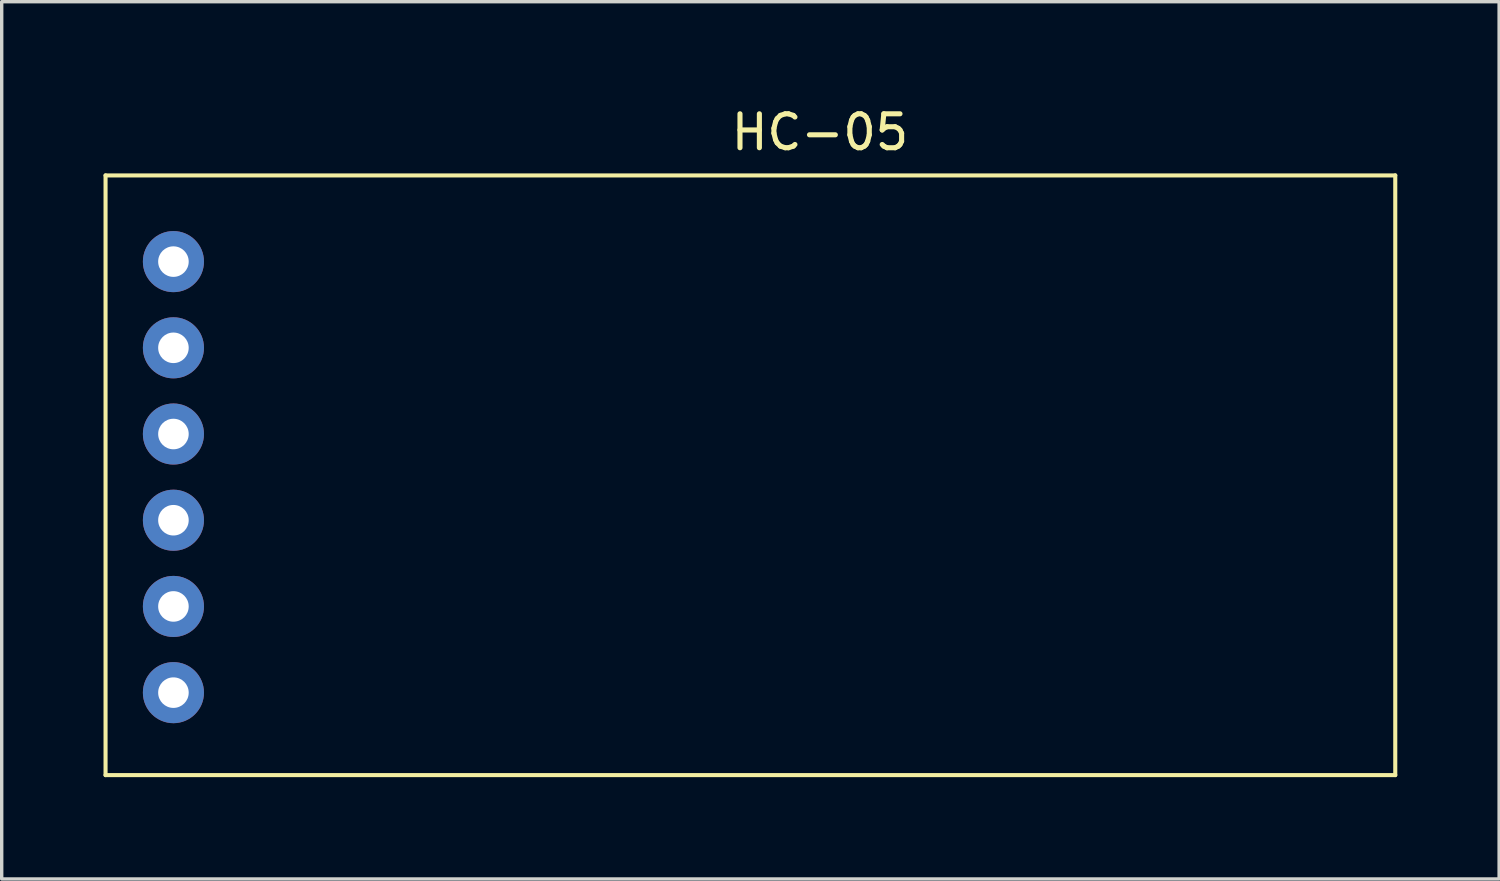
<source format=kicad_pcb>
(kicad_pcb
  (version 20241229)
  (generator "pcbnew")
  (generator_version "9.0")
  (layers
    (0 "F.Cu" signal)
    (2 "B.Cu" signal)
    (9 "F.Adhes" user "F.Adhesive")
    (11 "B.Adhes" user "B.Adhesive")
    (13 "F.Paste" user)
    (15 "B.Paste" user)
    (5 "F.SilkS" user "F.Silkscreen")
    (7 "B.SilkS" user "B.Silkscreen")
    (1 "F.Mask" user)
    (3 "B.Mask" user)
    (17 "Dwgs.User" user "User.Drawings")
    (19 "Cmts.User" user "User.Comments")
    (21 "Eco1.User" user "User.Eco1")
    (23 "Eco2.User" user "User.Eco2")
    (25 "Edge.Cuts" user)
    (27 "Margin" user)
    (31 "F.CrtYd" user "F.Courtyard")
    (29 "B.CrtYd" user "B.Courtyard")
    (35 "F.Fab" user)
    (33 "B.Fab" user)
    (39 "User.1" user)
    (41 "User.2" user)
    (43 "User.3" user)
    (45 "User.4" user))
  (footprint "HC-05"
    (layer "F.Cu")
    (at 2.06 11.008)
    (property "Reference" "HC-05" (at 19.05 -10.16 0) (layer "F.SilkS") (effects (font (size 1 1) (thickness 0.15))))
    (attr through_hole)
    (fp_line (start -2 -8.89) (end -2 8.78) (stroke (width 0.12) (type solid)) (layer "F.SilkS"))
    (fp_line (start -2 -8.89) (end 36 -8.89) (stroke (width 0.12) (type solid)) (layer "F.SilkS"))
    (fp_line (start -2 8.78) (end 36 8.78) (stroke (width 0.12) (type solid)) (layer "F.SilkS"))
    (fp_line (start 36 -8.89) (end 36 8.78) (stroke (width 0.12) (type solid)) (layer "F.SilkS"))
    (pad "1" thru_hole circle (at 0 -6.35) (size 1.8 1.8) (drill 0.9) (layers "*.Cu" "*.Mask"))
    (pad "2" thru_hole circle (at 0 -3.81) (size 1.8 1.8) (drill 0.9) (layers "*.Cu" "*.Mask"))
    (pad "3" thru_hole circle (at 0 -1.27) (size 1.8 1.8) (drill 0.9) (layers "*.Cu" "*.Mask"))
    (pad "4" thru_hole circle (at 0 1.27) (size 1.8 1.8) (drill 0.9) (layers "*.Cu" "*.Mask"))
    (pad "5" thru_hole circle (at 0 3.81) (size 1.8 1.8) (drill 0.9) (layers "*.Cu" "*.Mask"))
    (pad "6" thru_hole circle (at 0 6.35) (size 1.8 1.8) (drill 0.9) (layers "*.Cu" "*.Mask")))
  (gr_rect
    (start -3 -3)
    (end 41.12 22.848)
    (stroke (width 0.1) (type default))
    (fill no)
    (layer "Edge.Cuts")))
</source>
